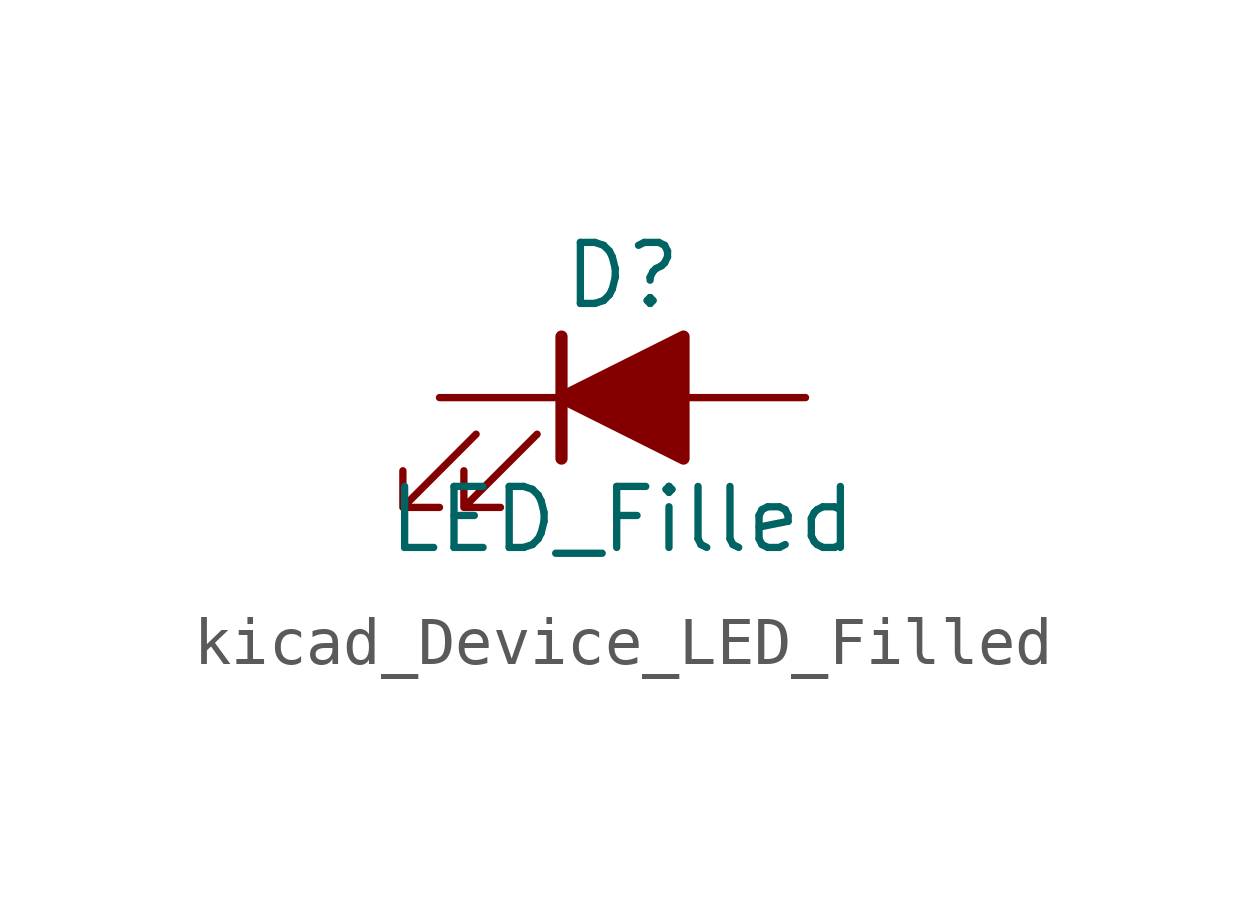
<source format=kicad_sym>
(kicad_symbol_lib
  (version 20220914)
  (generator kicad_symbol_editor)
  (symbol "kicad_Device_LED_Filled"
    (pin_numbers hide)
    (pin_names
      (offset 1.016) hide)
    (property "Reference" "D"
      (at 0 2.54 0)
      (effects (font (size 1.27 1.27))))
    (property "Value" "LED_Filled"
      (at 0 -2.54 0)
      (effects (font (size 1.27 1.27))))
    (symbol "kicad_Device_LED_Filled_0_1"
      (polyline (pts (xy -1.27 -1.27) (xy -1.27 1.27)) (stroke (width 0.254) (type default)) (fill (type none)))
      (polyline (pts (xy -1.27 0) (xy 1.27 0)) (stroke (width 0) (type default)) (fill (type none)))
      (polyline (pts (xy 1.27 -1.27) (xy 1.27 1.27) (xy -1.27 0) (xy 1.27 -1.27)) (stroke (width 0.254) (type default)) (fill (type outline)))
      (polyline (pts (xy -3.048 -0.762) (xy -4.572 -2.286) (xy -3.81 -2.286) (xy -4.572 -2.286) (xy -4.572 -1.524)) (stroke (width 0) (type default)) (fill (type none)))
      (polyline (pts (xy -1.778 -0.762) (xy -3.302 -2.286) (xy -2.54 -2.286) (xy -3.302 -2.286) (xy -3.302 -1.524)) (stroke (width 0) (type default)) (fill (type none))))
    (symbol "kicad_Device_LED_Filled_1_1"
      (pin passive line (at -3.81 0 0) (length 2.54) (name "K" (effects (font (size 1.27 1.27)))) (number "1" (effects (font (size 1.27 1.27)))))
      (pin passive line (at 3.81 0 180) (length 2.54) (name "A" (effects (font (size 1.27 1.27)))) (number "2" (effects (font (size 1.27 1.27))))))))
</source>
